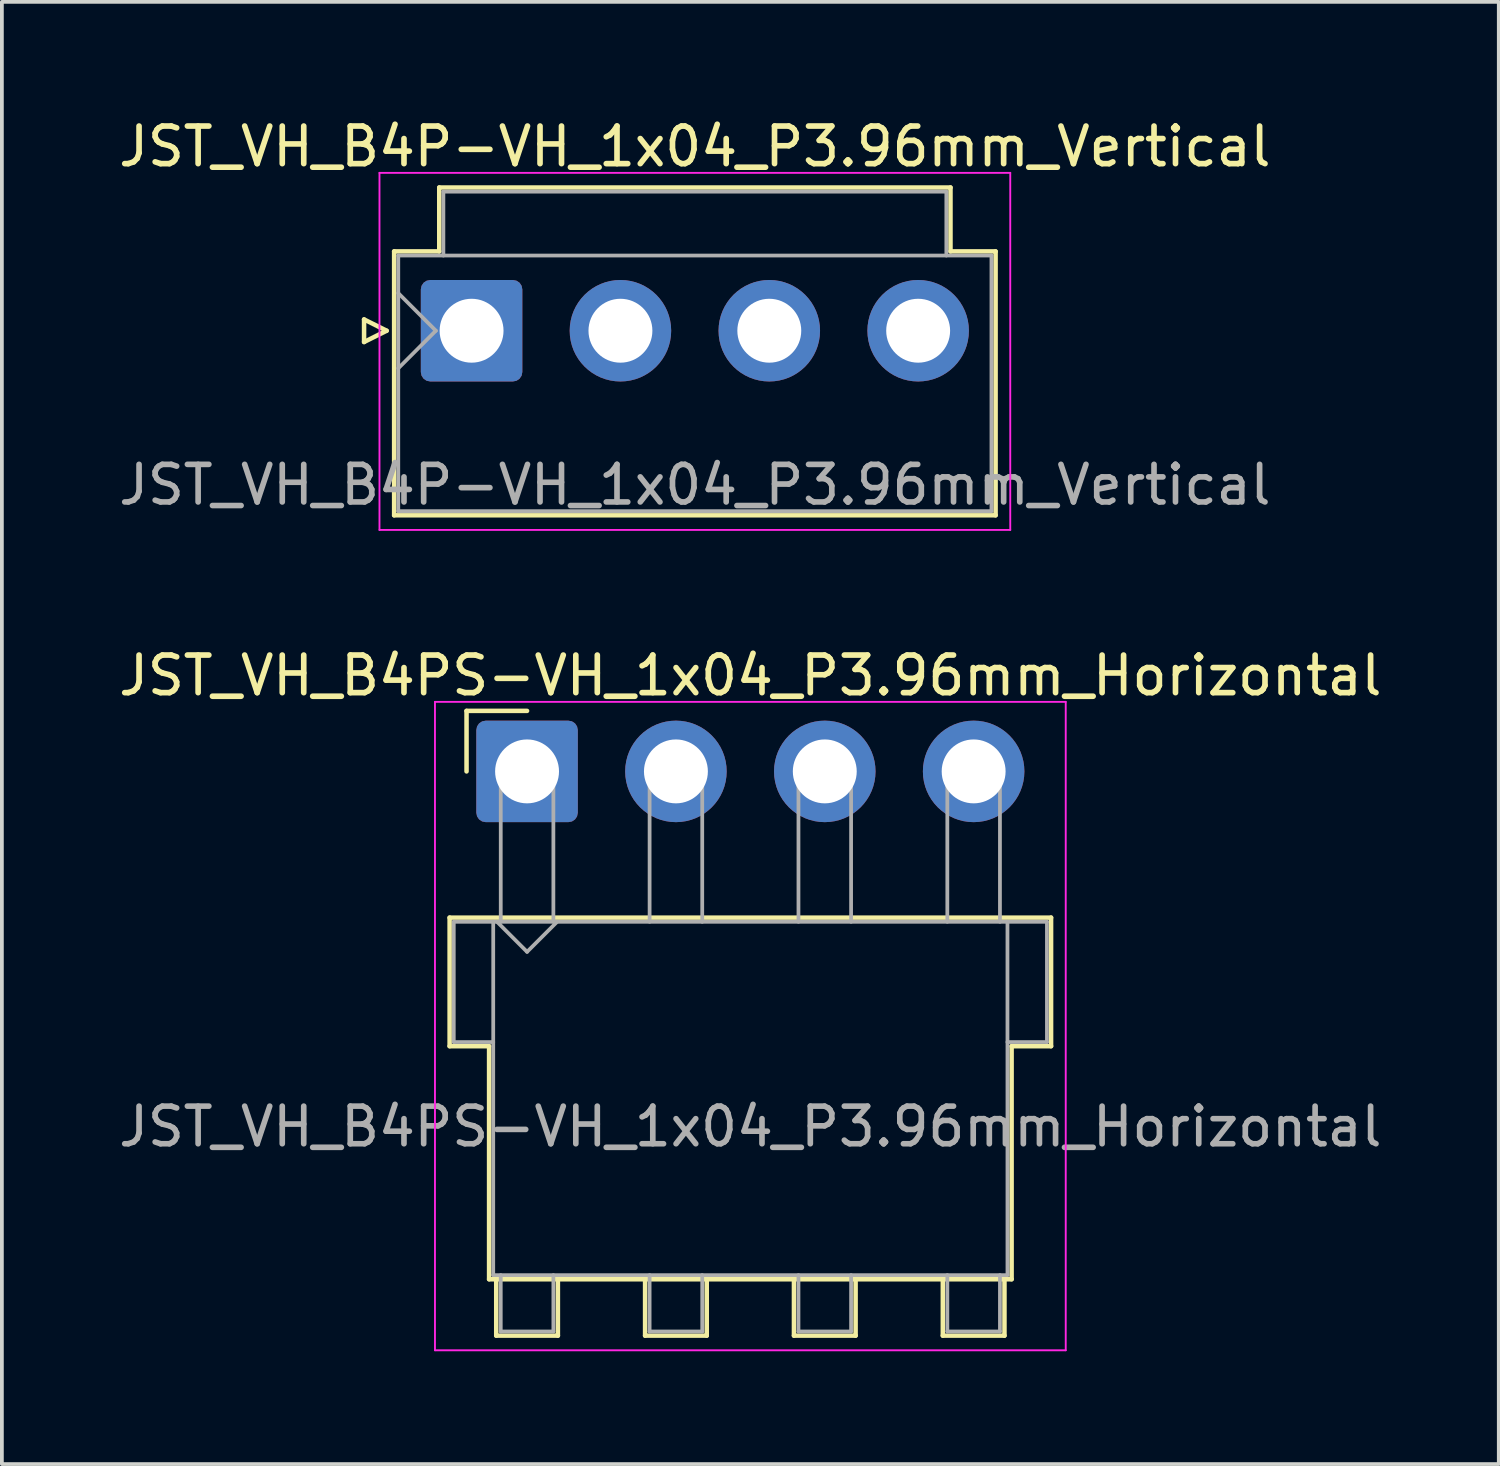
<source format=kicad_pcb>
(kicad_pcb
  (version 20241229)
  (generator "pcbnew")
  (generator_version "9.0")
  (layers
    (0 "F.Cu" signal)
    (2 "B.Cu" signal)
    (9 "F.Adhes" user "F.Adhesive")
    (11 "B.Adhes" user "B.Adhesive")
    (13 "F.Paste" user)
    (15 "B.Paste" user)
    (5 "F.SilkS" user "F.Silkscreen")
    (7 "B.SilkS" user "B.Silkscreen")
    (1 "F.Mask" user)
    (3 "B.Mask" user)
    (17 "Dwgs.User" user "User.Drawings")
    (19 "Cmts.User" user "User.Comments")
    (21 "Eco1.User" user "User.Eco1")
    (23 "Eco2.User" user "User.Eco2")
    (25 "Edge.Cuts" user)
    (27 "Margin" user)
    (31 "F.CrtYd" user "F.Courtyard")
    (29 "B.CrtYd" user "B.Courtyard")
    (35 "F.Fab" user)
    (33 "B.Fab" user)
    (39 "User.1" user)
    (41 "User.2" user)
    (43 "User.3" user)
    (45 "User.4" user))
  (footprint "JST_VH_B4P-VH_1x04_P3.96mm_Vertical"
    (layer "F.Cu")
    (at 9.495 5.748)
    (property "Reference" "JST_VH_B4P-VH_1x04_P3.96mm_Vertical" (at 5.94 -4.9 0) (layer "F.SilkS") (effects (font (size 1 1) (thickness 0.15))))
    (attr through_hole)
    (fp_line (start -2.86 -0.3) (end -2.26 0) (stroke (width 0.12) (type solid)) (layer "F.SilkS"))
    (fp_line (start -2.86 0.3) (end -2.86 -0.3) (stroke (width 0.12) (type solid)) (layer "F.SilkS"))
    (fp_line (start -2.26 0) (end -2.86 0.3) (stroke (width 0.12) (type solid)) (layer "F.SilkS"))
    (fp_line (start -2.06 -2.11) (end -0.86 -2.11) (stroke (width 0.12) (type solid)) (layer "F.SilkS"))
    (fp_line (start -2.06 4.91) (end -2.06 -2.11) (stroke (width 0.12) (type solid)) (layer "F.SilkS"))
    (fp_line (start -0.86 -3.81) (end 12.74 -3.81) (stroke (width 0.12) (type solid)) (layer "F.SilkS"))
    (fp_line (start -0.86 -2.11) (end -0.86 -3.81) (stroke (width 0.12) (type solid)) (layer "F.SilkS"))
    (fp_line (start 12.74 -3.81) (end 12.74 -2.11) (stroke (width 0.12) (type solid)) (layer "F.SilkS"))
    (fp_line (start 12.74 -2.11) (end 13.94 -2.11) (stroke (width 0.12) (type solid)) (layer "F.SilkS"))
    (fp_line (start 13.94 -2.11) (end 13.94 4.91) (stroke (width 0.12) (type solid)) (layer "F.SilkS"))
    (fp_line (start 13.94 4.91) (end -2.06 4.91) (stroke (width 0.12) (type solid)) (layer "F.SilkS"))
    (fp_line (start -2.45 -4.2) (end -2.45 5.3) (stroke (width 0.05) (type solid)) (layer "F.CrtYd"))
    (fp_line (start -2.45 5.3) (end 14.33 5.3) (stroke (width 0.05) (type solid)) (layer "F.CrtYd"))
    (fp_line (start 14.33 -4.2) (end -2.45 -4.2) (stroke (width 0.05) (type solid)) (layer "F.CrtYd"))
    (fp_line (start 14.33 5.3) (end 14.33 -4.2) (stroke (width 0.05) (type solid)) (layer "F.CrtYd"))
    (fp_line (start -1.95 -2) (end -1.95 4.8) (stroke (width 0.1) (type solid)) (layer "F.Fab"))
    (fp_line (start -1.95 -1) (end -0.95 0) (stroke (width 0.1) (type solid)) (layer "F.Fab"))
    (fp_line (start -1.95 1) (end -0.95 0) (stroke (width 0.1) (type solid)) (layer "F.Fab"))
    (fp_line (start -1.95 4.8) (end 13.83 4.8) (stroke (width 0.1) (type solid)) (layer "F.Fab"))
    (fp_line (start -0.75 -3.7) (end 12.63 -3.7) (stroke (width 0.1) (type solid)) (layer "F.Fab"))
    (fp_line (start -0.75 -2) (end -0.75 -3.7) (stroke (width 0.1) (type solid)) (layer "F.Fab"))
    (fp_line (start 12.63 -3.7) (end 12.63 -2) (stroke (width 0.1) (type solid)) (layer "F.Fab"))
    (fp_line (start 13.83 -2) (end -1.95 -2) (stroke (width 0.1) (type solid)) (layer "F.Fab"))
    (fp_line (start 13.83 4.8) (end 13.83 -2) (stroke (width 0.1) (type solid)) (layer "F.Fab"))
    (fp_text user "${REFERENCE}" (at 5.94 4.1 0) (layer "F.Fab") (effects (font (size 1 1) (thickness 0.15))))
    (pad "1" thru_hole roundrect (at 0 0) (size 2.7 2.7) (drill 1.7) (layers "*.Cu" "*.Mask") (roundrect_rratio 0.093))
    (pad "2" thru_hole circle (at 3.96 0) (size 2.7 2.7) (drill 1.7) (layers "*.Cu" "*.Mask"))
    (pad "3" thru_hole circle (at 7.92 0) (size 2.7 2.7) (drill 1.7) (layers "*.Cu" "*.Mask"))
    (pad "4" thru_hole circle (at 11.88 0) (size 2.7 2.7) (drill 1.7) (layers "*.Cu" "*.Mask")))
  (footprint "JST_VH_B4PS-VH_1x04_P3.96mm_Horizontal"
    (layer "F.Cu")
    (at 10.971 17.471)
    (property "Reference" "JST_VH_B4PS-VH_1x04_P3.96mm_Horizontal" (at 5.94 -2.55 0) (layer "F.SilkS") (effects (font (size 1 1) (thickness 0.15))))
    (attr through_hole)
    (fp_line (start -2.06 3.89) (end 13.94 3.89) (stroke (width 0.12) (type solid)) (layer "F.SilkS"))
    (fp_line (start -2.06 7.31) (end -2.06 3.89) (stroke (width 0.12) (type solid)) (layer "F.SilkS"))
    (fp_line (start -1.61 -1.61) (end -1.61 0) (stroke (width 0.12) (type solid)) (layer "F.SilkS"))
    (fp_line (start -1.01 7.31) (end -2.06 7.31) (stroke (width 0.12) (type solid)) (layer "F.SilkS"))
    (fp_line (start -1.01 13.51) (end -1.01 7.31) (stroke (width 0.12) (type solid)) (layer "F.SilkS"))
    (fp_line (start -0.82 13.51) (end -0.82 15.01) (stroke (width 0.12) (type solid)) (layer "F.SilkS"))
    (fp_line (start -0.82 15.01) (end 0.82 15.01) (stroke (width 0.12) (type solid)) (layer "F.SilkS"))
    (fp_line (start 0 -1.61) (end -1.61 -1.61) (stroke (width 0.12) (type solid)) (layer "F.SilkS"))
    (fp_line (start 0.82 15.01) (end 0.82 13.51) (stroke (width 0.12) (type solid)) (layer "F.SilkS"))
    (fp_line (start 3.14 13.51) (end 3.14 15.01) (stroke (width 0.12) (type solid)) (layer "F.SilkS"))
    (fp_line (start 3.14 15.01) (end 4.78 15.01) (stroke (width 0.12) (type solid)) (layer "F.SilkS"))
    (fp_line (start 4.78 15.01) (end 4.78 13.51) (stroke (width 0.12) (type solid)) (layer "F.SilkS"))
    (fp_line (start 7.1 13.51) (end 7.1 15.01) (stroke (width 0.12) (type solid)) (layer "F.SilkS"))
    (fp_line (start 7.1 15.01) (end 8.74 15.01) (stroke (width 0.12) (type solid)) (layer "F.SilkS"))
    (fp_line (start 8.74 15.01) (end 8.74 13.51) (stroke (width 0.12) (type solid)) (layer "F.SilkS"))
    (fp_line (start 11.06 13.51) (end 11.06 15.01) (stroke (width 0.12) (type solid)) (layer "F.SilkS"))
    (fp_line (start 11.06 15.01) (end 12.7 15.01) (stroke (width 0.12) (type solid)) (layer "F.SilkS"))
    (fp_line (start 12.7 15.01) (end 12.7 13.51) (stroke (width 0.12) (type solid)) (layer "F.SilkS"))
    (fp_line (start 12.89 7.31) (end 12.89 13.51) (stroke (width 0.12) (type solid)) (layer "F.SilkS"))
    (fp_line (start 12.89 13.51) (end -1.01 13.51) (stroke (width 0.12) (type solid)) (layer "F.SilkS"))
    (fp_line (start 13.94 3.89) (end 13.94 7.31) (stroke (width 0.12) (type solid)) (layer "F.SilkS"))
    (fp_line (start 13.94 7.31) (end 12.89 7.31) (stroke (width 0.12) (type solid)) (layer "F.SilkS"))
    (fp_line (start -2.45 -1.85) (end -2.45 15.4) (stroke (width 0.05) (type solid)) (layer "F.CrtYd"))
    (fp_line (start -2.45 15.4) (end 14.33 15.4) (stroke (width 0.05) (type solid)) (layer "F.CrtYd"))
    (fp_line (start 14.33 -1.85) (end -2.45 -1.85) (stroke (width 0.05) (type solid)) (layer "F.CrtYd"))
    (fp_line (start 14.33 15.4) (end 14.33 -1.85) (stroke (width 0.05) (type solid)) (layer "F.CrtYd"))
    (fp_line (start -1.95 4) (end -0.9 4) (stroke (width 0.1) (type solid)) (layer "F.Fab"))
    (fp_line (start -1.95 7.2) (end -1.95 4) (stroke (width 0.1) (type solid)) (layer "F.Fab"))
    (fp_line (start -0.9 4) (end -0.9 13.4) (stroke (width 0.1) (type solid)) (layer "F.Fab"))
    (fp_line (start -0.9 7.2) (end -1.95 7.2) (stroke (width 0.1) (type solid)) (layer "F.Fab"))
    (fp_line (start -0.9 13.4) (end 12.78 13.4) (stroke (width 0.1) (type solid)) (layer "F.Fab"))
    (fp_line (start -0.8 4) (end 0 4.8) (stroke (width 0.1) (type solid)) (layer "F.Fab"))
    (fp_line (start -0.7 0) (end 0.7 0) (stroke (width 0.1) (type solid)) (layer "F.Fab"))
    (fp_line (start -0.7 4) (end -0.7 0) (stroke (width 0.1) (type solid)) (layer "F.Fab"))
    (fp_line (start -0.7 13.4) (end -0.7 14.9) (stroke (width 0.1) (type solid)) (layer "F.Fab"))
    (fp_line (start -0.7 14.9) (end 0.7 14.9) (stroke (width 0.1) (type solid)) (layer "F.Fab"))
    (fp_line (start 0 4.8) (end 0.8 4) (stroke (width 0.1) (type solid)) (layer "F.Fab"))
    (fp_line (start 0.7 0) (end 0.7 4) (stroke (width 0.1) (type solid)) (layer "F.Fab"))
    (fp_line (start 0.7 14.9) (end 0.7 13.4) (stroke (width 0.1) (type solid)) (layer "F.Fab"))
    (fp_line (start 3.26 0) (end 4.66 0) (stroke (width 0.1) (type solid)) (layer "F.Fab"))
    (fp_line (start 3.26 4) (end 3.26 0) (stroke (width 0.1) (type solid)) (layer "F.Fab"))
    (fp_line (start 3.26 13.4) (end 3.26 14.9) (stroke (width 0.1) (type solid)) (layer "F.Fab"))
    (fp_line (start 3.26 14.9) (end 4.66 14.9) (stroke (width 0.1) (type solid)) (layer "F.Fab"))
    (fp_line (start 4.66 0) (end 4.66 4) (stroke (width 0.1) (type solid)) (layer "F.Fab"))
    (fp_line (start 4.66 14.9) (end 4.66 13.4) (stroke (width 0.1) (type solid)) (layer "F.Fab"))
    (fp_line (start 7.22 0) (end 8.62 0) (stroke (width 0.1) (type solid)) (layer "F.Fab"))
    (fp_line (start 7.22 4) (end 7.22 0) (stroke (width 0.1) (type solid)) (layer "F.Fab"))
    (fp_line (start 7.22 13.4) (end 7.22 14.9) (stroke (width 0.1) (type solid)) (layer "F.Fab"))
    (fp_line (start 7.22 14.9) (end 8.62 14.9) (stroke (width 0.1) (type solid)) (layer "F.Fab"))
    (fp_line (start 8.62 0) (end 8.62 4) (stroke (width 0.1) (type solid)) (layer "F.Fab"))
    (fp_line (start 8.62 14.9) (end 8.62 13.4) (stroke (width 0.1) (type solid)) (layer "F.Fab"))
    (fp_line (start 11.18 0) (end 12.58 0) (stroke (width 0.1) (type solid)) (layer "F.Fab"))
    (fp_line (start 11.18 4) (end 11.18 0) (stroke (width 0.1) (type solid)) (layer "F.Fab"))
    (fp_line (start 11.18 13.4) (end 11.18 14.9) (stroke (width 0.1) (type solid)) (layer "F.Fab"))
    (fp_line (start 11.18 14.9) (end 12.58 14.9) (stroke (width 0.1) (type solid)) (layer "F.Fab"))
    (fp_line (start 12.58 0) (end 12.58 4) (stroke (width 0.1) (type solid)) (layer "F.Fab"))
    (fp_line (start 12.58 14.9) (end 12.58 13.4) (stroke (width 0.1) (type solid)) (layer "F.Fab"))
    (fp_line (start 12.78 4) (end -0.9 4) (stroke (width 0.1) (type solid)) (layer "F.Fab"))
    (fp_line (start 12.78 4) (end 13.83 4) (stroke (width 0.1) (type solid)) (layer "F.Fab"))
    (fp_line (start 12.78 13.4) (end 12.78 4) (stroke (width 0.1) (type solid)) (layer "F.Fab"))
    (fp_line (start 13.83 4) (end 13.83 7.2) (stroke (width 0.1) (type solid)) (layer "F.Fab"))
    (fp_line (start 13.83 7.2) (end 12.78 7.2) (stroke (width 0.1) (type solid)) (layer "F.Fab"))
    (fp_text user "${REFERENCE}" (at 5.94 9.45 0) (layer "F.Fab") (effects (font (size 1 1) (thickness 0.15))))
    (pad "1" thru_hole roundrect (at 0 0) (size 2.7 2.7) (drill 1.7) (layers "*.Cu" "*.Mask") (roundrect_rratio 0.093))
    (pad "2" thru_hole circle (at 3.96 0) (size 2.7 2.7) (drill 1.7) (layers "*.Cu" "*.Mask"))
    (pad "3" thru_hole circle (at 7.92 0) (size 2.7 2.7) (drill 1.7) (layers "*.Cu" "*.Mask"))
    (pad "4" thru_hole circle (at 11.88 0) (size 2.7 2.7) (drill 1.7) (layers "*.Cu" "*.Mask")))
  (gr_rect
    (start -3 -3)
    (end 36.821 35.897)
    (stroke (width 0.1) (type default))
    (fill no)
    (layer "Edge.Cuts")))
</source>
